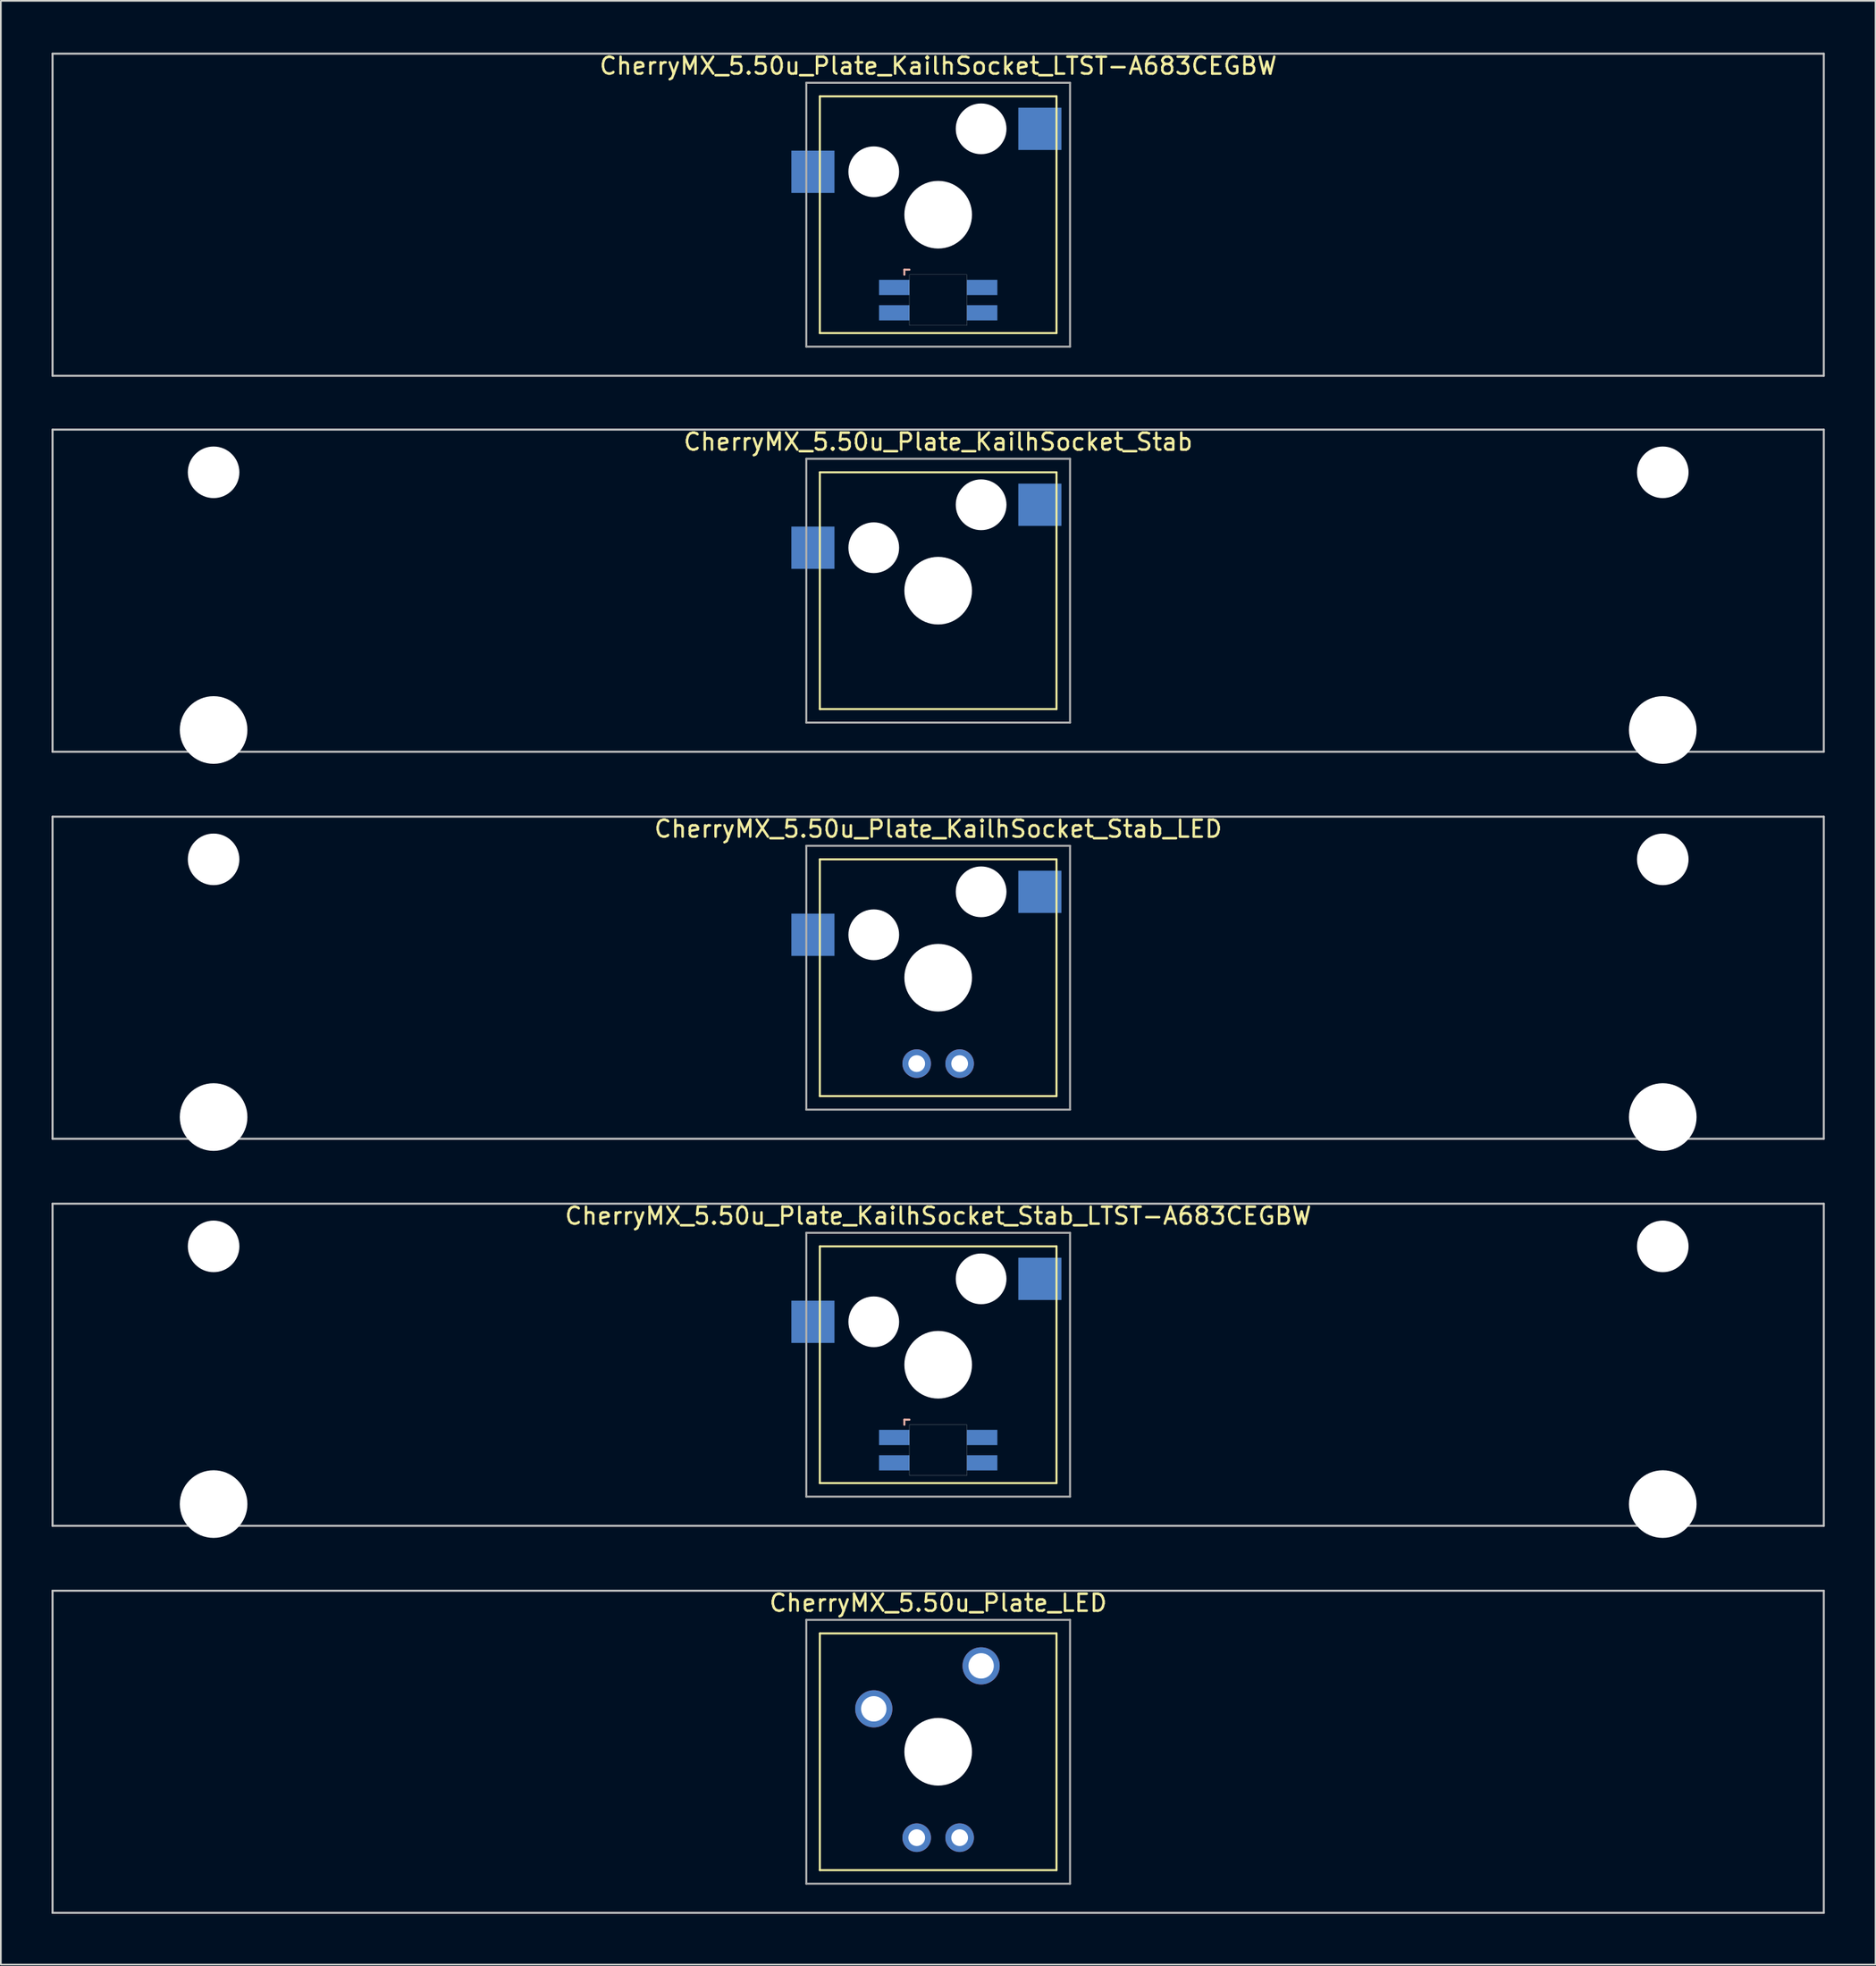
<source format=kicad_pcb>
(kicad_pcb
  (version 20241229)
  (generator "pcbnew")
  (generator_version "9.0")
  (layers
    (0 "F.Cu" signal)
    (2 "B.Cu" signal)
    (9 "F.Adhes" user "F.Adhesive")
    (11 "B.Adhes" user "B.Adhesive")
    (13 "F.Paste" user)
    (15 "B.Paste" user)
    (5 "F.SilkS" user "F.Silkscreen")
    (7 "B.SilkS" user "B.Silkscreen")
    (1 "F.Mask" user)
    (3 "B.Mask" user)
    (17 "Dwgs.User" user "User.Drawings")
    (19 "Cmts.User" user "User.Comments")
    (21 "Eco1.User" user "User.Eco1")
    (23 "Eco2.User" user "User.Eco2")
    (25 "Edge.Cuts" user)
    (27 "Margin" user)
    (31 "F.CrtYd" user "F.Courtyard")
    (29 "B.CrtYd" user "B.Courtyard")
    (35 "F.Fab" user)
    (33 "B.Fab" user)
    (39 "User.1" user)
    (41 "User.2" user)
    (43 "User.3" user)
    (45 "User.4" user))
  (footprint "CherryMX_5.50u_Plate_LED"
    (layer "F.Cu")
    (at 52.447 100.546)
    (property "Reference" "CherryMX_5.50u_Plate_LED" (at 0 -8.8 0) (layer "F.SilkS") (effects (font (size 1 1) (thickness 0.15))))
    (attr through_hole)
    (fp_line (start -7 -7) (end -7 7) (stroke (width 0.12) (type solid)) (layer "F.SilkS"))
    (fp_line (start -7 -7) (end 7 -7) (stroke (width 0.12) (type solid)) (layer "F.SilkS"))
    (fp_line (start 7 -7) (end 7 7) (stroke (width 0.12) (type solid)) (layer "F.SilkS"))
    (fp_line (start 7 7) (end -7 7) (stroke (width 0.12) (type solid)) (layer "F.SilkS"))
    (fp_line (start -52.388 -9.525) (end 52.388 -9.525) (stroke (width 0.12) (type solid)) (layer "Dwgs.User"))
    (fp_line (start -52.388 9.525) (end -52.388 -9.525) (stroke (width 0.12) (type solid)) (layer "Dwgs.User"))
    (fp_line (start 52.388 -9.525) (end 52.388 9.525) (stroke (width 0.12) (type solid)) (layer "Dwgs.User"))
    (fp_line (start 52.388 9.525) (end -52.388 9.525) (stroke (width 0.12) (type solid)) (layer "Dwgs.User"))
    (fp_line (start -7.8 -7.8) (end -7.8 7.8) (stroke (width 0.12) (type solid)) (layer "F.Fab"))
    (fp_line (start -7.8 -7.8) (end 7.8 -7.8) (stroke (width 0.12) (type solid)) (layer "F.Fab"))
    (fp_line (start -7.8 7.8) (end 7.8 7.8) (stroke (width 0.12) (type solid)) (layer "F.Fab"))
    (fp_line (start 7.8 -7.8) (end 7.8 7.8) (stroke (width 0.12) (type solid)) (layer "F.Fab"))
    (pad "" np_thru_hole circle (at 0 0) (size 4 4) (drill 4) (layers "*.Cu" "*.Mask"))
    (pad "1" thru_hole circle (at -3.81 -2.54) (size 2.2 2.2) (drill 1.5) (layers "*.Cu" "*.Mask"))
    (pad "2" thru_hole circle (at 2.54 -5.08) (size 2.2 2.2) (drill 1.5) (layers "*.Cu" "*.Mask"))
    (pad "3" thru_hole circle (at -1.27 5.08) (size 1.691 1.691) (drill 0.991) (layers "*.Cu" "*.Mask"))
    (pad "4" thru_hole circle (at 1.27 5.08) (size 1.691 1.691) (drill 0.991) (layers "*.Cu" "*.Mask")))
  (footprint "CherryMX_5.50u_Plate_KailhSocket_Stab_LTST-A683CEGBW"
    (layer "F.Cu")
    (at 52.447 77.658)
    (property "Reference" "CherryMX_5.50u_Plate_KailhSocket_Stab_LTST-A683CEGBW" (at 0 -8.8 0) (layer "F.SilkS") (effects (font (size 1 1) (thickness 0.15))))
    (attr through_hole)
    (fp_line (start -7 -7) (end -7 7) (stroke (width 0.12) (type solid)) (layer "F.SilkS"))
    (fp_line (start -7 -7) (end 7 -7) (stroke (width 0.12) (type solid)) (layer "F.SilkS"))
    (fp_line (start 7 -7) (end 7 7) (stroke (width 0.12) (type solid)) (layer "F.SilkS"))
    (fp_line (start 7 7) (end -7 7) (stroke (width 0.12) (type solid)) (layer "F.SilkS"))
    (fp_line (start -2 3.25) (end -2 3.55) (stroke (width 0.12) (type solid)) (layer "B.SilkS"))
    (fp_line (start -1.7 3.25) (end -2 3.25) (stroke (width 0.12) (type solid)) (layer "B.SilkS"))
    (fp_line (start -52.388 -9.525) (end 52.388 -9.525) (stroke (width 0.12) (type solid)) (layer "Dwgs.User"))
    (fp_line (start -52.388 9.525) (end -52.388 -9.525) (stroke (width 0.12) (type solid)) (layer "Dwgs.User"))
    (fp_line (start 52.388 -9.525) (end 52.388 9.525) (stroke (width 0.12) (type solid)) (layer "Dwgs.User"))
    (fp_line (start 52.388 9.525) (end -52.388 9.525) (stroke (width 0.12) (type solid)) (layer "Dwgs.User"))
    (fp_poly (pts (xy 1.7 6.55) (xy -1.7 6.55) (xy -1.7 3.55) (xy 1.7 3.55)) (stroke (width 0.01) (type solid)) (fill no) (layer "Edge.Cuts"))
    (fp_line (start -7.8 -7.8) (end -7.8 7.8) (stroke (width 0.12) (type solid)) (layer "F.Fab"))
    (fp_line (start -7.8 -7.8) (end 7.8 -7.8) (stroke (width 0.12) (type solid)) (layer "F.Fab"))
    (fp_line (start -7.8 7.8) (end 7.8 7.8) (stroke (width 0.12) (type solid)) (layer "F.Fab"))
    (fp_line (start 7.8 -7.8) (end 7.8 7.8) (stroke (width 0.12) (type solid)) (layer "F.Fab"))
    (pad "" np_thru_hole circle (at -42.862 -7) (size 3.05 3.05) (drill 3.05) (layers "*.Cu" "*.Mask"))
    (pad "" np_thru_hole circle (at -42.862 8.24) (size 4 4) (drill 4) (layers "*.Cu" "*.Mask"))
    (pad "" np_thru_hole circle (at -3.81 -2.54) (size 3 3) (drill 3) (layers "*.Cu" "*.Mask"))
    (pad "" np_thru_hole circle (at 0 0) (size 4 4) (drill 4) (layers "*.Cu" "*.Mask"))
    (pad "" np_thru_hole circle (at 2.54 -5.08) (size 3 3) (drill 3) (layers "*.Cu" "*.Mask"))
    (pad "" np_thru_hole circle (at 42.862 -7) (size 3.05 3.05) (drill 3.05) (layers "*.Cu" "*.Mask"))
    (pad "" np_thru_hole circle (at 42.862 8.24) (size 4 4) (drill 4) (layers "*.Cu" "*.Mask"))
    (pad "1" smd rect (at -7.41 -2.54) (size 2.55 2.5) (layers "B.Cu" "B.Mask" "B.Paste"))
    (pad "2" smd rect (at 6.015 -5.08) (size 2.55 2.5) (layers "B.Cu" "B.Mask" "B.Paste"))
    (pad "3" smd rect (at -2.6 4.3) (size 1.8 0.9) (layers "B.Cu" "B.Mask" "B.Paste"))
    (pad "4" smd rect (at -2.6 5.8) (size 1.8 0.9) (layers "B.Cu" "B.Mask" "B.Paste"))
    (pad "5" smd rect (at 2.6 4.3) (size 1.8 0.9) (layers "B.Cu" "B.Mask" "B.Paste"))
    (pad "6" smd rect (at 2.6 5.8) (size 1.8 0.9) (layers "B.Cu" "B.Mask" "B.Paste")))
  (footprint "CherryMX_5.50u_Plate_KailhSocket_LTST-A683CEGBW"
    (layer "F.Cu")
    (at 52.447 9.648)
    (property "Reference" "CherryMX_5.50u_Plate_KailhSocket_LTST-A683CEGBW" (at 0 -8.8 0) (layer "F.SilkS") (effects (font (size 1 1) (thickness 0.15))))
    (attr through_hole)
    (fp_line (start -7 -7) (end -7 7) (stroke (width 0.12) (type solid)) (layer "F.SilkS"))
    (fp_line (start -7 -7) (end 7 -7) (stroke (width 0.12) (type solid)) (layer "F.SilkS"))
    (fp_line (start 7 -7) (end 7 7) (stroke (width 0.12) (type solid)) (layer "F.SilkS"))
    (fp_line (start 7 7) (end -7 7) (stroke (width 0.12) (type solid)) (layer "F.SilkS"))
    (fp_line (start -2 3.25) (end -2 3.55) (stroke (width 0.12) (type solid)) (layer "B.SilkS"))
    (fp_line (start -1.7 3.25) (end -2 3.25) (stroke (width 0.12) (type solid)) (layer "B.SilkS"))
    (fp_line (start -52.388 -9.525) (end 52.388 -9.525) (stroke (width 0.12) (type solid)) (layer "Dwgs.User"))
    (fp_line (start -52.388 9.525) (end -52.388 -9.525) (stroke (width 0.12) (type solid)) (layer "Dwgs.User"))
    (fp_line (start 52.388 -9.525) (end 52.388 9.525) (stroke (width 0.12) (type solid)) (layer "Dwgs.User"))
    (fp_line (start 52.388 9.525) (end -52.388 9.525) (stroke (width 0.12) (type solid)) (layer "Dwgs.User"))
    (fp_poly (pts (xy 1.7 6.55) (xy -1.7 6.55) (xy -1.7 3.55) (xy 1.7 3.55)) (stroke (width 0.01) (type solid)) (fill no) (layer "Edge.Cuts"))
    (fp_line (start -7.8 -7.8) (end -7.8 7.8) (stroke (width 0.12) (type solid)) (layer "F.Fab"))
    (fp_line (start -7.8 -7.8) (end 7.8 -7.8) (stroke (width 0.12) (type solid)) (layer "F.Fab"))
    (fp_line (start -7.8 7.8) (end 7.8 7.8) (stroke (width 0.12) (type solid)) (layer "F.Fab"))
    (fp_line (start 7.8 -7.8) (end 7.8 7.8) (stroke (width 0.12) (type solid)) (layer "F.Fab"))
    (pad "" np_thru_hole circle (at -3.81 -2.54) (size 3 3) (drill 3) (layers "*.Cu" "*.Mask"))
    (pad "" np_thru_hole circle (at 0 0) (size 4 4) (drill 4) (layers "*.Cu" "*.Mask"))
    (pad "" np_thru_hole circle (at 2.54 -5.08) (size 3 3) (drill 3) (layers "*.Cu" "*.Mask"))
    (pad "1" smd rect (at -7.41 -2.54) (size 2.55 2.5) (layers "B.Cu" "B.Mask" "B.Paste"))
    (pad "2" smd rect (at 6.015 -5.08) (size 2.55 2.5) (layers "B.Cu" "B.Mask" "B.Paste"))
    (pad "3" smd rect (at -2.6 4.3) (size 1.8 0.9) (layers "B.Cu" "B.Mask" "B.Paste"))
    (pad "4" smd rect (at -2.6 5.8) (size 1.8 0.9) (layers "B.Cu" "B.Mask" "B.Paste"))
    (pad "5" smd rect (at 2.6 4.3) (size 1.8 0.9) (layers "B.Cu" "B.Mask" "B.Paste"))
    (pad "6" smd rect (at 2.6 5.8) (size 1.8 0.9) (layers "B.Cu" "B.Mask" "B.Paste")))
  (footprint "CherryMX_5.50u_Plate_KailhSocket_Stab_LED"
    (layer "F.Cu")
    (at 52.447 54.77)
    (property "Reference" "CherryMX_5.50u_Plate_KailhSocket_Stab_LED" (at 0 -8.8 0) (layer "F.SilkS") (effects (font (size 1 1) (thickness 0.15))))
    (attr through_hole)
    (fp_line (start -7 -7) (end -7 7) (stroke (width 0.12) (type solid)) (layer "F.SilkS"))
    (fp_line (start -7 -7) (end 7 -7) (stroke (width 0.12) (type solid)) (layer "F.SilkS"))
    (fp_line (start 7 -7) (end 7 7) (stroke (width 0.12) (type solid)) (layer "F.SilkS"))
    (fp_line (start 7 7) (end -7 7) (stroke (width 0.12) (type solid)) (layer "F.SilkS"))
    (fp_line (start -52.388 -9.525) (end 52.388 -9.525) (stroke (width 0.12) (type solid)) (layer "Dwgs.User"))
    (fp_line (start -52.388 9.525) (end -52.388 -9.525) (stroke (width 0.12) (type solid)) (layer "Dwgs.User"))
    (fp_line (start 52.388 -9.525) (end 52.388 9.525) (stroke (width 0.12) (type solid)) (layer "Dwgs.User"))
    (fp_line (start 52.388 9.525) (end -52.388 9.525) (stroke (width 0.12) (type solid)) (layer "Dwgs.User"))
    (fp_line (start -7.8 -7.8) (end -7.8 7.8) (stroke (width 0.12) (type solid)) (layer "F.Fab"))
    (fp_line (start -7.8 -7.8) (end 7.8 -7.8) (stroke (width 0.12) (type solid)) (layer "F.Fab"))
    (fp_line (start -7.8 7.8) (end 7.8 7.8) (stroke (width 0.12) (type solid)) (layer "F.Fab"))
    (fp_line (start 7.8 -7.8) (end 7.8 7.8) (stroke (width 0.12) (type solid)) (layer "F.Fab"))
    (pad "" np_thru_hole circle (at -42.862 -7) (size 3.05 3.05) (drill 3.05) (layers "*.Cu" "*.Mask"))
    (pad "" np_thru_hole circle (at -42.862 8.24) (size 4 4) (drill 4) (layers "*.Cu" "*.Mask"))
    (pad "" np_thru_hole circle (at -3.81 -2.54) (size 3 3) (drill 3) (layers "*.Cu" "*.Mask"))
    (pad "" np_thru_hole circle (at 0 0) (size 4 4) (drill 4) (layers "*.Cu" "*.Mask"))
    (pad "" np_thru_hole circle (at 2.54 -5.08) (size 3 3) (drill 3) (layers "*.Cu" "*.Mask"))
    (pad "" np_thru_hole circle (at 42.862 -7) (size 3.05 3.05) (drill 3.05) (layers "*.Cu" "*.Mask"))
    (pad "" np_thru_hole circle (at 42.862 8.24) (size 4 4) (drill 4) (layers "*.Cu" "*.Mask"))
    (pad "1" smd rect (at -7.41 -2.54) (size 2.55 2.5) (layers "B.Cu" "B.Mask" "B.Paste"))
    (pad "2" smd rect (at 6.015 -5.08) (size 2.55 2.5) (layers "B.Cu" "B.Mask" "B.Paste"))
    (pad "3" thru_hole circle (at -1.27 5.08) (size 1.691 1.691) (drill 0.991) (layers "*.Cu" "*.Mask"))
    (pad "4" thru_hole circle (at 1.27 5.08) (size 1.691 1.691) (drill 0.991) (layers "*.Cu" "*.Mask")))
  (footprint "CherryMX_5.50u_Plate_KailhSocket_Stab"
    (layer "F.Cu")
    (at 52.447 31.881)
    (property "Reference" "CherryMX_5.50u_Plate_KailhSocket_Stab" (at 0 -8.8 0) (layer "F.SilkS") (effects (font (size 1 1) (thickness 0.15))))
    (attr through_hole)
    (fp_line (start -7 -7) (end -7 7) (stroke (width 0.12) (type solid)) (layer "F.SilkS"))
    (fp_line (start -7 -7) (end 7 -7) (stroke (width 0.12) (type solid)) (layer "F.SilkS"))
    (fp_line (start 7 -7) (end 7 7) (stroke (width 0.12) (type solid)) (layer "F.SilkS"))
    (fp_line (start 7 7) (end -7 7) (stroke (width 0.12) (type solid)) (layer "F.SilkS"))
    (fp_line (start -52.388 -9.525) (end 52.388 -9.525) (stroke (width 0.12) (type solid)) (layer "Dwgs.User"))
    (fp_line (start -52.388 9.525) (end -52.388 -9.525) (stroke (width 0.12) (type solid)) (layer "Dwgs.User"))
    (fp_line (start 52.388 -9.525) (end 52.388 9.525) (stroke (width 0.12) (type solid)) (layer "Dwgs.User"))
    (fp_line (start 52.388 9.525) (end -52.388 9.525) (stroke (width 0.12) (type solid)) (layer "Dwgs.User"))
    (fp_line (start -7.8 -7.8) (end -7.8 7.8) (stroke (width 0.12) (type solid)) (layer "F.Fab"))
    (fp_line (start -7.8 -7.8) (end 7.8 -7.8) (stroke (width 0.12) (type solid)) (layer "F.Fab"))
    (fp_line (start -7.8 7.8) (end 7.8 7.8) (stroke (width 0.12) (type solid)) (layer "F.Fab"))
    (fp_line (start 7.8 -7.8) (end 7.8 7.8) (stroke (width 0.12) (type solid)) (layer "F.Fab"))
    (pad "" np_thru_hole circle (at -42.862 -7) (size 3.05 3.05) (drill 3.05) (layers "*.Cu" "*.Mask"))
    (pad "" np_thru_hole circle (at -42.862 8.24) (size 4 4) (drill 4) (layers "*.Cu" "*.Mask"))
    (pad "" np_thru_hole circle (at -3.81 -2.54) (size 3 3) (drill 3) (layers "*.Cu" "*.Mask"))
    (pad "" np_thru_hole circle (at 0 0) (size 4 4) (drill 4) (layers "*.Cu" "*.Mask"))
    (pad "" np_thru_hole circle (at 2.54 -5.08) (size 3 3) (drill 3) (layers "*.Cu" "*.Mask"))
    (pad "" np_thru_hole circle (at 42.862 -7) (size 3.05 3.05) (drill 3.05) (layers "*.Cu" "*.Mask"))
    (pad "" np_thru_hole circle (at 42.862 8.24) (size 4 4) (drill 4) (layers "*.Cu" "*.Mask"))
    (pad "1" smd rect (at -7.41 -2.54) (size 2.55 2.5) (layers "B.Cu" "B.Mask" "B.Paste"))
    (pad "2" smd rect (at 6.015 -5.08) (size 2.55 2.5) (layers "B.Cu" "B.Mask" "B.Paste")))
  (gr_rect
    (start -3 -3)
    (end 107.895 113.131)
    (stroke (width 0.1) (type default))
    (fill no)
    (layer "Edge.Cuts")))
</source>
